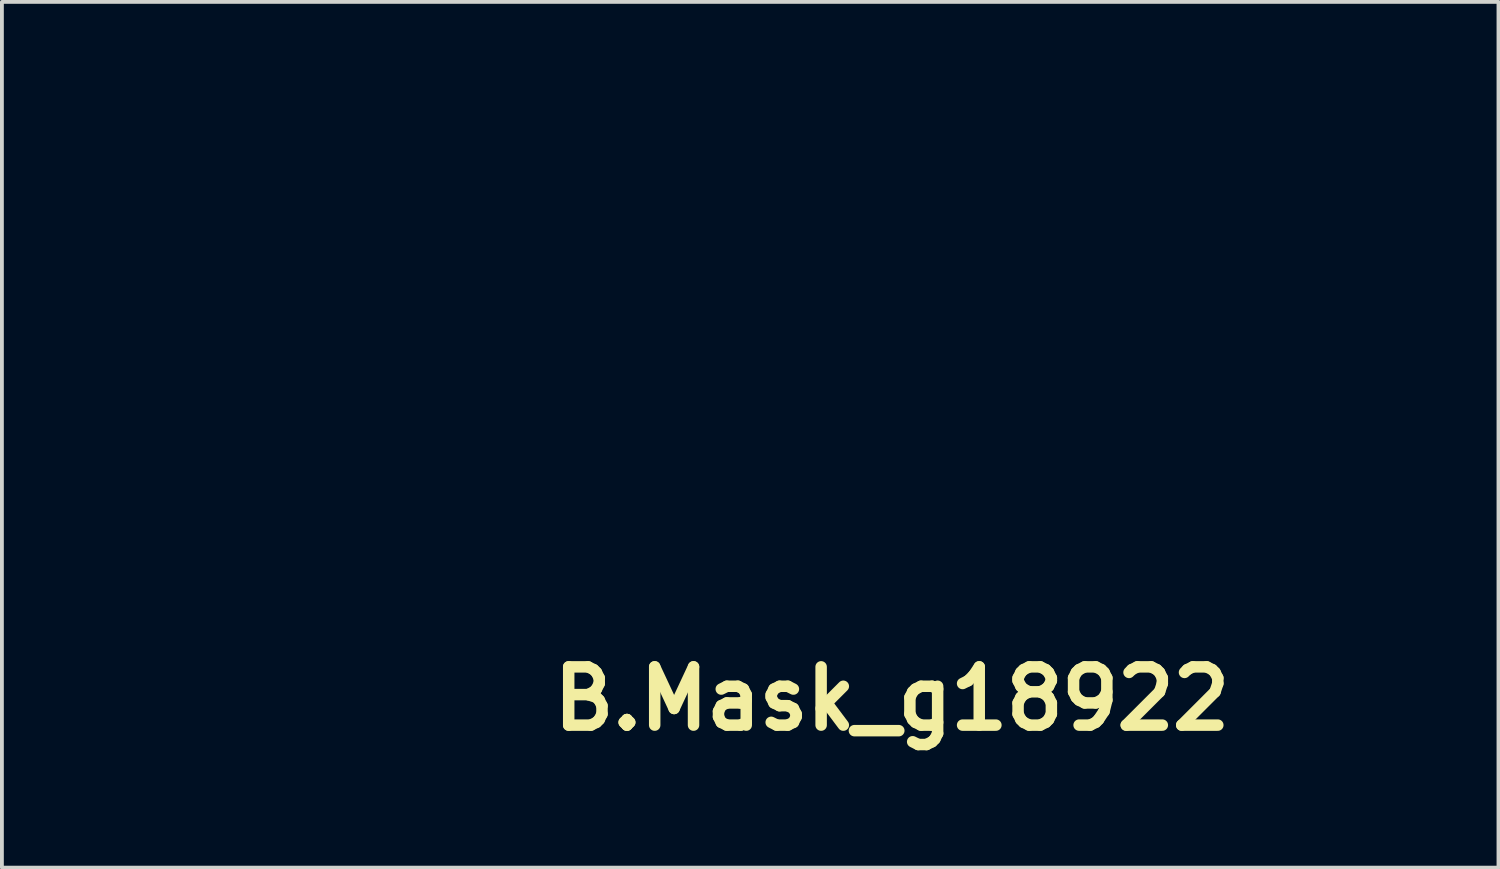
<source format=kicad_pcb>
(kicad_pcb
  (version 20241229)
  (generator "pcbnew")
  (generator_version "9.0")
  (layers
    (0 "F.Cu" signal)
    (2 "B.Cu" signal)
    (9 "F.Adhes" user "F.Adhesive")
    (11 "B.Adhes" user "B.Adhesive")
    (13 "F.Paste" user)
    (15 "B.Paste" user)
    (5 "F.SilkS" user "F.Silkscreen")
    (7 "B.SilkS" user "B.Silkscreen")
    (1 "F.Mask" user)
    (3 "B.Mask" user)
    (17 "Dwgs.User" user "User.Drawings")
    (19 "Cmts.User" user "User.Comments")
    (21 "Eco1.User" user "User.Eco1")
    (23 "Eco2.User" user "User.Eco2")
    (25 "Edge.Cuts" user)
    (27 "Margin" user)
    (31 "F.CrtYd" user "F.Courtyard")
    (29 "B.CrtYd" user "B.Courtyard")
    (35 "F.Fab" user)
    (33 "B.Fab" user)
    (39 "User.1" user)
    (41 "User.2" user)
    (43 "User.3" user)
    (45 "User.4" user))
  (footprint "B.Mask_g18922"
    (layer "F.Cu")
    (at 20.283 15.231)
    (property "Reference" "B.Mask_g18922" (at 0 0 0) (layer "F.SilkS") (effects (font (size 1.524 1.524) (thickness 0.3))))
    (attr through_hole)
    (fp_poly (pts (xy -12.511 -6.823) (xy -12.413 -6.724) (xy -12.361 -6.436) (xy -12.407 -6.157) (xy -12.516 -5.982) (xy -12.713 -5.872) (xy -12.925 -5.844) (xy -13.067 -5.898) (xy -13.113 -6.034) (xy -13.121 -6.261) (xy -13.094 -6.505) (xy -13.036 -6.694) (xy -12.897 -6.814) (xy -12.699 -6.859) (xy -12.511 -6.823)) (stroke (width 0.01) (type solid)) (fill yes) (layer "B.Mask"))
    (fp_poly (pts (xy 5.368 -6.986) (xy 5.591 -6.873) (xy 5.734 -6.691) (xy 5.757 -6.577) (xy 5.691 -6.334) (xy 5.499 -6.202) (xy 5.334 -6.181) (xy 5.128 -6.218) (xy 5.012 -6.282) (xy 4.941 -6.433) (xy 4.911 -6.657) (xy 4.911 -6.662) (xy 4.937 -6.866) (xy 5.041 -6.966) (xy 5.123 -6.993) (xy 5.368 -6.986)) (stroke (width 0.01) (type solid)) (fill yes) (layer "B.Mask"))
    (fp_poly (pts (xy -13.296 -13.557) (xy -12.363 -13.336) (xy -11.516 -12.974) (xy -10.763 -12.477) (xy -10.111 -11.85) (xy -9.569 -11.098) (xy -9.143 -10.228) (xy -9.027 -9.906) (xy -8.776 -8.905) (xy -8.688 -7.921) (xy -8.756 -6.965) (xy -8.975 -6.05) (xy -9.338 -5.187) (xy -9.838 -4.389) (xy -10.47 -3.667) (xy -11.227 -3.035) (xy -12.103 -2.504) (xy -13.092 -2.085) (xy -13.113 -2.078) (xy -13.715 -1.91) (xy -14.381 -1.788) (xy -15.068 -1.715) (xy -15.735 -1.691) (xy -16.34 -1.721) (xy -16.843 -1.806) (xy -16.982 -1.847) (xy -17.487 -2.088) (xy -18.014 -2.455) (xy -18.531 -2.916) (xy -19.004 -3.439) (xy -19.397 -3.989) (xy -19.599 -4.358) (xy -19.861 -4.94) (xy -20.047 -5.452) (xy -20.166 -5.927) (xy -13.667 -5.927) (xy -13.621 -5.388) (xy -13.475 -4.97) (xy -13.239 -4.681) (xy -12.923 -4.53) (xy -12.536 -4.524) (xy -12.134 -4.652) (xy -11.7 -4.912) (xy -11.302 -5.265) (xy -10.966 -5.676) (xy -10.722 -6.108) (xy -10.595 -6.525) (xy -10.584 -6.67) (xy -10.659 -7.086) (xy -10.863 -7.479) (xy -11.163 -7.808) (xy -11.526 -8.031) (xy -11.728 -8.092) (xy -12.153 -8.091) (xy -12.561 -7.942) (xy -12.933 -7.668) (xy -13.248 -7.29) (xy -13.488 -6.83) (xy -13.633 -6.309) (xy -13.667 -5.927) (xy -20.166 -5.927) (xy -20.171 -5.948) (xy -20.243 -6.479) (xy -20.274 -7.097) (xy -20.278 -7.493) (xy -20.267 -8.168) (xy -20.228 -8.722) (xy -20.151 -9.2) (xy -20.027 -9.65) (xy -19.846 -10.117) (xy -19.629 -10.583) (xy -19.174 -11.326) (xy -18.585 -11.985) (xy -17.882 -12.548) (xy -17.084 -13.006) (xy -16.21 -13.346) (xy -15.279 -13.558) (xy -14.309 -13.631) (xy -14.309 -13.631) (xy -13.296 -13.557)) (stroke (width 0.01) (type solid)) (fill yes) (layer "B.Mask"))
    (fp_poly (pts (xy 8.932 -15.204) (xy 9.697 -15.061) (xy 10.418 -14.763) (xy 11.078 -14.323) (xy 11.66 -13.754) (xy 12.146 -13.068) (xy 12.341 -12.7) (xy 12.673 -11.855) (xy 12.846 -11.025) (xy 12.866 -10.177) (xy 12.747 -9.336) (xy 12.544 -8.531) (xy 12.29 -7.846) (xy 11.958 -7.234) (xy 11.524 -6.647) (xy 10.97 -6.047) (xy 10.168 -5.347) (xy 9.318 -4.798) (xy 8.43 -4.405) (xy 7.513 -4.175) (xy 7.343 -4.151) (xy 6.793 -4.1) (xy 6.212 -4.076) (xy 5.645 -4.08) (xy 5.139 -4.11) (xy 4.74 -4.165) (xy 4.638 -4.189) (xy 4.014 -4.446) (xy 3.424 -4.858) (xy 2.88 -5.413) (xy 2.398 -6.097) (xy 2.309 -6.25) (xy 2.203 -6.457) (xy 3.573 -6.457) (xy 3.698 -6.089) (xy 3.747 -6.01) (xy 4.112 -5.618) (xy 4.579 -5.341) (xy 5.117 -5.191) (xy 5.697 -5.177) (xy 6.128 -5.257) (xy 6.512 -5.429) (xy 6.757 -5.68) (xy 6.862 -5.99) (xy 6.826 -6.34) (xy 6.647 -6.711) (xy 6.324 -7.082) (xy 6.25 -7.148) (xy 5.811 -7.432) (xy 5.293 -7.628) (xy 4.775 -7.704) (xy 4.747 -7.705) (xy 4.332 -7.634) (xy 3.99 -7.445) (xy 3.737 -7.165) (xy 3.592 -6.826) (xy 3.573 -6.457) (xy 2.203 -6.457) (xy 2.085 -6.689) (xy 1.921 -7.116) (xy 1.808 -7.57) (xy 1.739 -8.091) (xy 1.706 -8.715) (xy 1.699 -9.186) (xy 1.699 -9.686) (xy 1.707 -10.052) (xy 1.726 -10.32) (xy 1.761 -10.524) (xy 1.816 -10.7) (xy 1.894 -10.884) (xy 1.902 -10.902) (xy 2.328 -11.682) (xy 2.855 -12.434) (xy 3.454 -13.122) (xy 4.093 -13.711) (xy 4.682 -14.129) (xy 5.64 -14.635) (xy 6.584 -14.983) (xy 7.535 -15.178) (xy 8.517 -15.226) (xy 8.932 -15.204)) (stroke (width 0.01) (type solid)) (fill yes) (layer "B.Mask")))
  (gr_rect
    (start -3 -3)
    (end 36.153 19.649)
    (stroke (width 0.1) (type default))
    (fill no)
    (layer "Edge.Cuts")))
</source>
